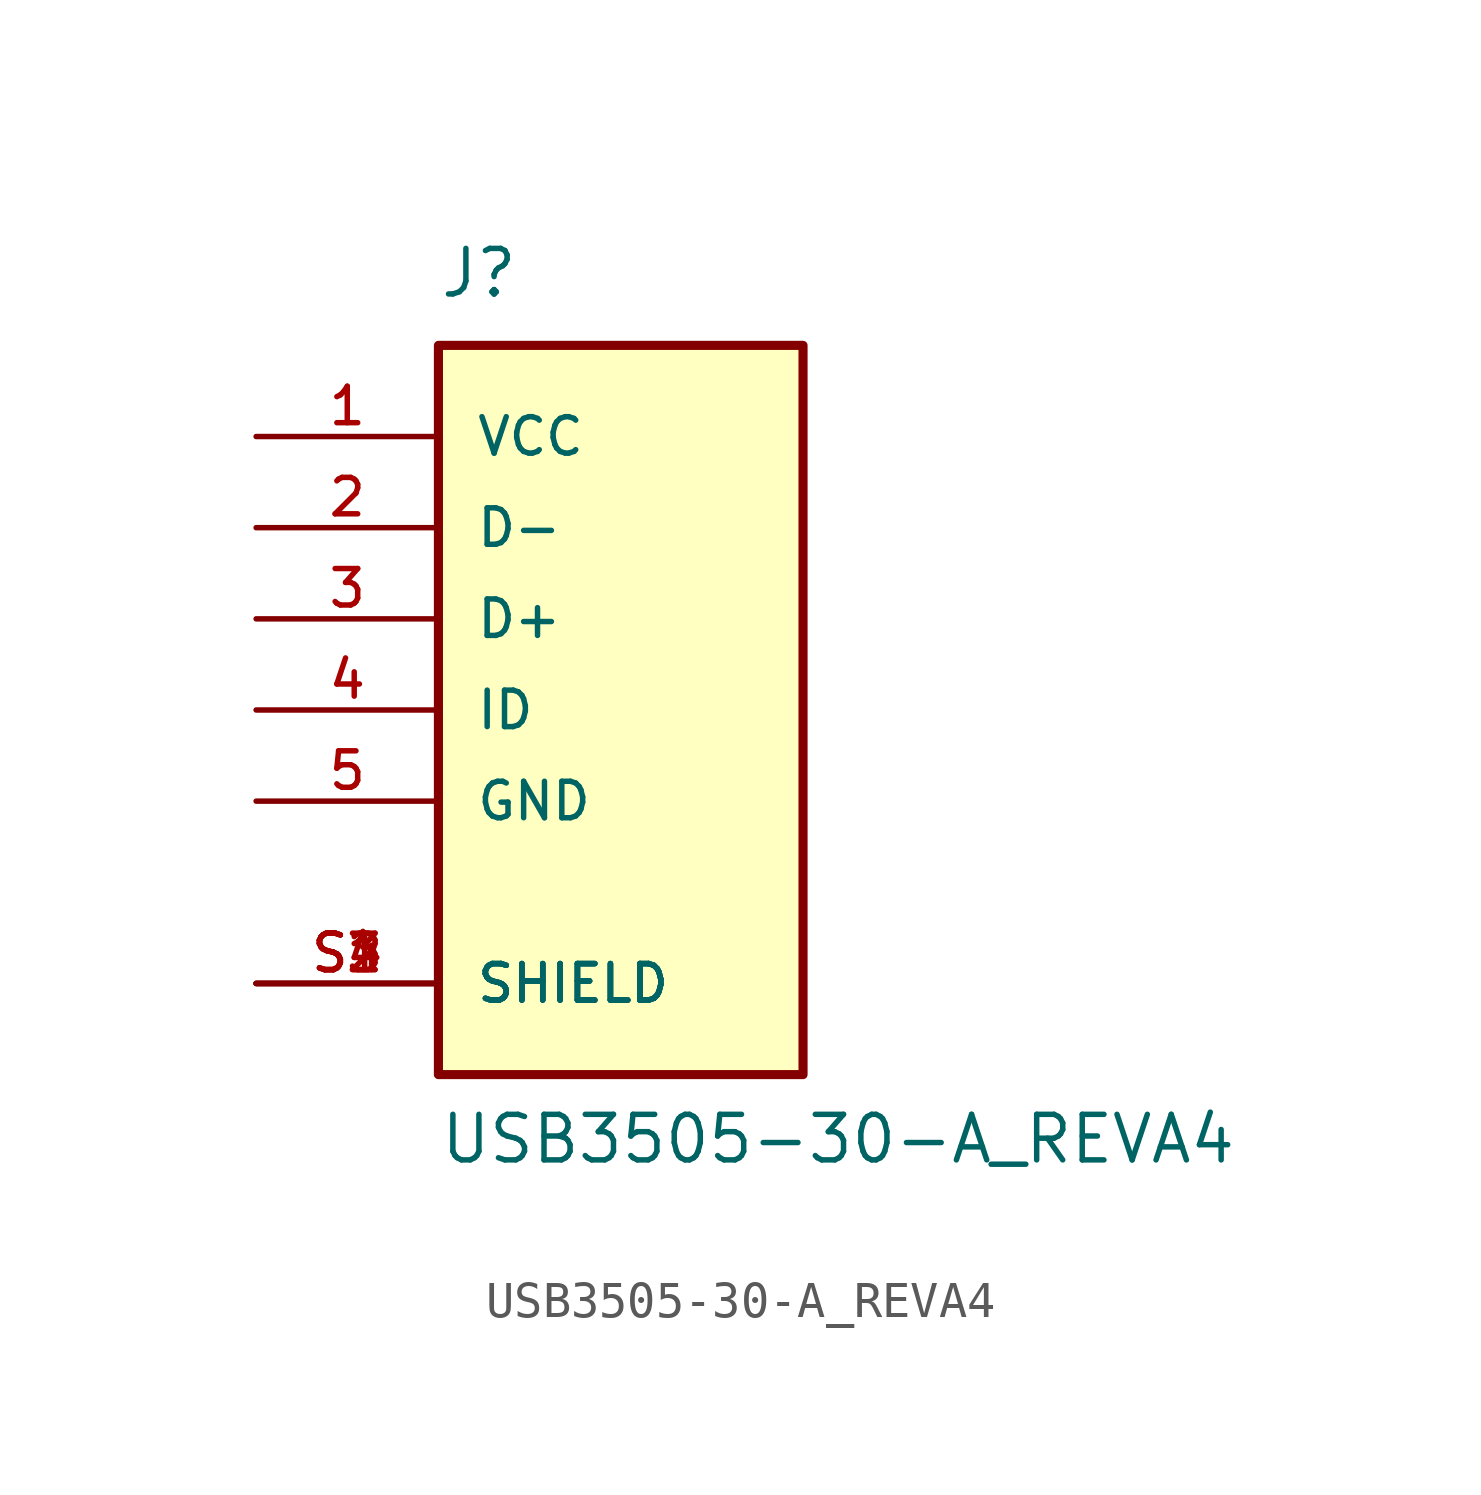
<source format=kicad_sym>
(kicad_symbol_lib
  (version 20220914)
  (generator kicad_symbol_editor)
  (symbol "USB3505-30-A_REVA4"
    (pin_names
      (offset 1.016))
    (property "Reference" "J"
      (at -5.08 11.43 0)
      (effects (font (size 1.27 1.27)) (justify left bottom)))
    (property "Value" "USB3505-30-A_REVA4"
      (at -5.08 -12.7 0)
      (effects (font (size 1.27 1.27)) (justify left bottom)))
    (symbol "USB3505-30-A_REVA4_0_0"
      (pin power_in line (at -10.16 7.62 0) (length 5.08) (name "VCC" (effects (font (size 1.016 1.016)))) (number "1" (effects (font (size 1.016 1.016)))))
      (pin bidirectional line (at -10.16 5.08 0) (length 5.08) (name "D-" (effects (font (size 1.016 1.016)))) (number "2" (effects (font (size 1.016 1.016)))))
      (pin bidirectional line (at -10.16 2.54 0) (length 5.08) (name "D+" (effects (font (size 1.016 1.016)))) (number "3" (effects (font (size 1.016 1.016)))))
      (pin bidirectional line (at -10.16 0 0) (length 5.08) (name "ID" (effects (font (size 1.016 1.016)))) (number "4" (effects (font (size 1.016 1.016)))))
      (pin power_in line (at -10.16 -2.54 0) (length 5.08) (name "GND" (effects (font (size 1.016 1.016)))) (number "5" (effects (font (size 1.016 1.016)))))
      (pin passive line (at -10.16 -7.62 0) (length 5.08) (name "SHIELD" (effects (font (size 1.016 1.016)))) (number "S1" (effects (font (size 1.016 1.016)))))
      (pin passive line (at -10.16 -7.62 0) (length 5.08) (name "SHIELD" (effects (font (size 1.016 1.016)))) (number "S2" (effects (font (size 1.016 1.016)))))
      (pin passive line (at -10.16 -7.62 0) (length 5.08) (name "SHIELD" (effects (font (size 1.016 1.016)))) (number "S3" (effects (font (size 1.016 1.016)))))
      (pin passive line (at -10.16 -7.62 0) (length 5.08) (name "SHIELD" (effects (font (size 1.016 1.016)))) (number "S4" (effects (font (size 1.016 1.016))))))
    (symbol "USB3505-30-A_REVA4_1_0"
      (rectangle (start -5.08 10.16) (end 5.08 -10.16) (stroke (width 0.254) (type default)) (fill (type background))))))
</source>
